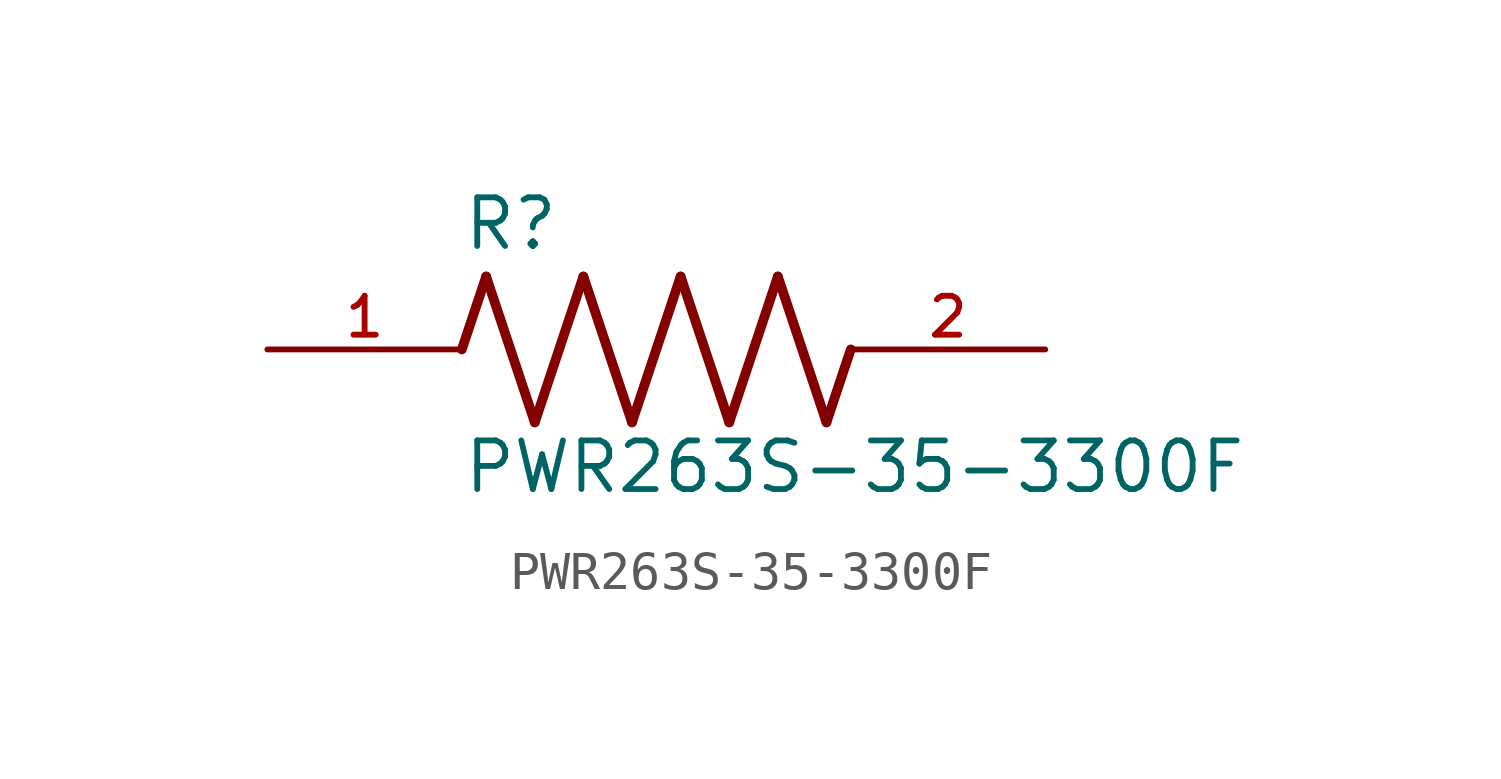
<source format=kicad_sym>
(kicad_symbol_lib
  (version 20211014)
  (generator kicad_symbol_editor)
  (symbol "PWR263S-35-3300F"
    (pin_names
      (offset 1.016))
    (property "Reference" "R"
      (at -5.08 2.54 0)
      (effects (font (size 1.27 1.27)) (justify bottom left)))
    (property "Value" "PWR263S-35-3300F"
      (at -5.08 -3.81 0)
      (effects (font (size 1.27 1.27)) (justify bottom left)))
    (symbol "PWR263S-35-3300F_0_0"
      (polyline (pts (xy -5.08 0.0) (xy -4.445 1.905)) (stroke (width 0.254)))
      (polyline (pts (xy -4.445 1.905) (xy -3.175 -1.905)) (stroke (width 0.254)))
      (polyline (pts (xy -3.175 -1.905) (xy -1.905 1.905)) (stroke (width 0.254)))
      (polyline (pts (xy -1.905 1.905) (xy -0.635 -1.905)) (stroke (width 0.254)))
      (polyline (pts (xy -0.635 -1.905) (xy 0.635 1.905)) (stroke (width 0.254)))
      (polyline (pts (xy 0.635 1.905) (xy 1.905 -1.905)) (stroke (width 0.254)))
      (polyline (pts (xy 1.905 -1.905) (xy 3.175 1.905)) (stroke (width 0.254)))
      (polyline (pts (xy 3.175 1.905) (xy 4.445 -1.905)) (stroke (width 0.254)))
      (polyline (pts (xy 4.445 -1.905) (xy 5.08 0.0)) (stroke (width 0.254)))
      (pin passive line (at -10.16 0.0 0) (length 5.08) (name "~" (effects (font (size 1.016 1.016)))) (number "1" (effects (font (size 1.016 1.016)))))
      (pin passive line (at 10.16 0.0 180.0) (length 5.08) (name "~" (effects (font (size 1.016 1.016)))) (number "2" (effects (font (size 1.016 1.016))))))))
</source>
